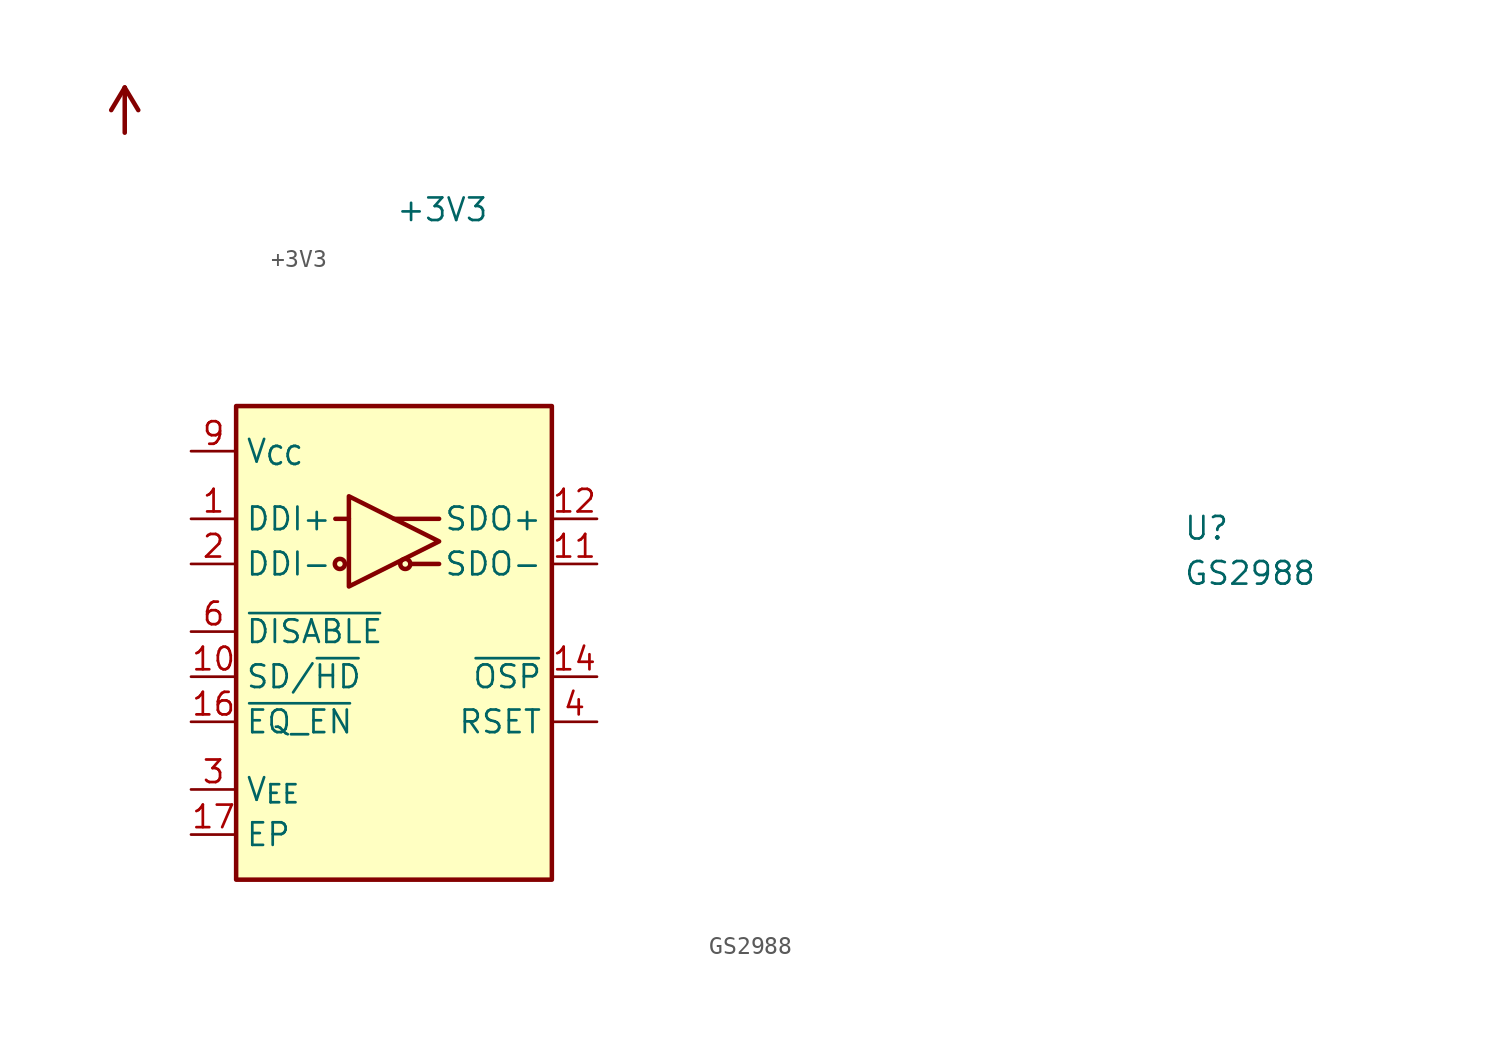
<source format=kicad_sym>
(kicad_symbol_lib
  (version 20211014)
  (generator kicad_symbol_editor)
  (symbol "+3V3"
    (power)
    (pin_numbers hide)
    (pin_names hide)
    (property "Reference" "#PWR"
      (at 15.24 -2.54 0)
      (effects (font (size 1.27 1.27) (thickness 0.15)) (justify left bottom) hide))
    (property "Value" "+3V3"
      (at 15.24 -5.08 0)
      (effects (font (size 1.27 1.27) (thickness 0.15)) (justify left bottom)))
    (symbol "+3V3_1_1"
      (polyline (pts (xy -0.762 1.27) (xy 0 2.54)) (stroke (width 0.254) (type default) (color 0 0 0 0)) (fill (type background)))
      (polyline (pts (xy 0 0) (xy 0 2.54)) (stroke (width 0.254) (type default) (color 0 0 0 0)) (fill (type background)))
      (polyline (pts (xy 0 2.54) (xy 0.762 1.27)) (stroke (width 0.254) (type default) (color 0 0 0 0)) (fill (type background)))
      (pin power_in line (at 0 0 90) (length 0) (name "+3V3" (effects (font (size 1.27 1.27)))) (number "1" (effects (font (size 1.27 1.27)))))))
  (symbol "GS2988"
    (property "Reference" "U"
      (at 55.88 -5.08 0)
      (effects (font (size 1.27 1.27) (thickness 0.15)) (justify left bottom)))
    (property "Value" "GS2988"
      (at 55.88 -7.62 0)
      (effects (font (size 1.27 1.27) (thickness 0.15)) (justify left bottom)))
    (symbol "GS2988_0_1"
      (polyline (pts (xy 8.128 -3.81) (xy 8.89 -3.81)) (stroke (width 0.254) (type default) (color 0 0 0 0)) (fill (type none)))
      (polyline (pts (xy 11.43 -3.81) (xy 13.97 -3.81)) (stroke (width 0.254) (type default) (color 0 0 0 0)) (fill (type none)))
      (polyline (pts (xy 12.446 -6.35) (xy 13.97 -6.35)) (stroke (width 0.254) (type default) (color 0 0 0 0)) (fill (type none)))
      (rectangle (start 2.54 2.54) (end 20.32 -24.13) (stroke (width 0.254) (type default) (color 0 0 0 0)) (fill (type background)))
      (circle (center 8.382 -6.35) (radius 0.284) (stroke (width 0.254) (type default) (color 0 0 0 0)) (fill (type none)))
      (circle (center 12.065 -6.35) (radius 0.284) (stroke (width 0.254) (type default) (color 0 0 0 0)) (fill (type none))))
    (symbol "GS2988_1_1"
      (polyline (pts (xy 8.89 -2.54) (xy 13.97 -5.08) (xy 8.89 -7.62) (xy 8.89 -2.54)) (stroke (width 0.254) (type default) (color 0 0 0 0)) (fill (type background)))
      (pin input line (at 0 -3.81 0) (length 2.54) (name "DDI+" (effects (font (size 1.27 1.27)))) (number "1" (effects (font (size 1.27 1.27)))))
      (pin input line (at 0 -12.7 0) (length 2.54) (name "SD/~{HD}" (effects (font (size 1.27 1.27)))) (number "10" (effects (font (size 1.27 1.27)))))
      (pin output line (at 22.86 -6.35 180) (length 2.54) (name "SDO-" (effects (font (size 1.27 1.27)))) (number "11" (effects (font (size 1.27 1.27)))))
      (pin output line (at 22.86 -3.81 180) (length 2.54) (name "SDO+" (effects (font (size 1.27 1.27)))) (number "12" (effects (font (size 1.27 1.27)))))
      (pin no_connect line (at 20.32 -19.05 180) (length 2.54) hide (name "NC" (effects (font (size 1.27 1.27)))) (number "13" (effects (font (size 1.27 1.27)))))
      (pin output line (at 22.86 -12.7 180) (length 2.54) (name "~{OSP}" (effects (font (size 1.27 1.27)))) (number "14" (effects (font (size 1.27 1.27)))))
      (pin no_connect line (at 20.32 -19.05 180) (length 2.54) hide (name "NC" (effects (font (size 1.27 1.27)))) (number "15" (effects (font (size 1.27 1.27)))))
      (pin input line (at 0 -15.24 0) (length 2.54) (name "~{EQ_EN}" (effects (font (size 1.27 1.27)))) (number "16" (effects (font (size 1.27 1.27)))))
      (pin passive line (at 0 -21.59 0) (length 2.54) (name "EP" (effects (font (size 1.27 1.27)))) (number "17" (effects (font (size 1.27 1.27)))))
      (pin input line (at 0 -6.35 0) (length 2.54) (name "DDI-" (effects (font (size 1.27 1.27)))) (number "2" (effects (font (size 1.27 1.27)))))
      (pin power_in line (at 0 -19.05 0) (length 2.54) (name "V_{EE}" (effects (font (size 1.27 1.27)))) (number "3" (effects (font (size 1.27 1.27)))))
      (pin passive line (at 22.86 -15.24 180) (length 2.54) (name "RSET" (effects (font (size 1.27 1.27)))) (number "4" (effects (font (size 1.27 1.27)))))
      (pin no_connect line (at 20.32 -19.05 180) (length 2.54) hide (name "NC" (effects (font (size 1.27 1.27)))) (number "5" (effects (font (size 1.27 1.27)))))
      (pin input line (at 0 -10.16 0) (length 2.54) (name "~{DISABLE}" (effects (font (size 1.27 1.27)))) (number "6" (effects (font (size 1.27 1.27)))))
      (pin no_connect line (at 20.32 -19.05 180) (length 2.54) hide (name "NC" (effects (font (size 1.27 1.27)))) (number "7" (effects (font (size 1.27 1.27)))))
      (pin no_connect line (at 20.32 -19.05 180) (length 2.54) hide (name "NC" (effects (font (size 1.27 1.27)))) (number "8" (effects (font (size 1.27 1.27)))))
      (pin power_in line (at 0 0 0) (length 2.54) (name "V_{CC}" (effects (font (size 1.27 1.27)))) (number "9" (effects (font (size 1.27 1.27))))))))
</source>
